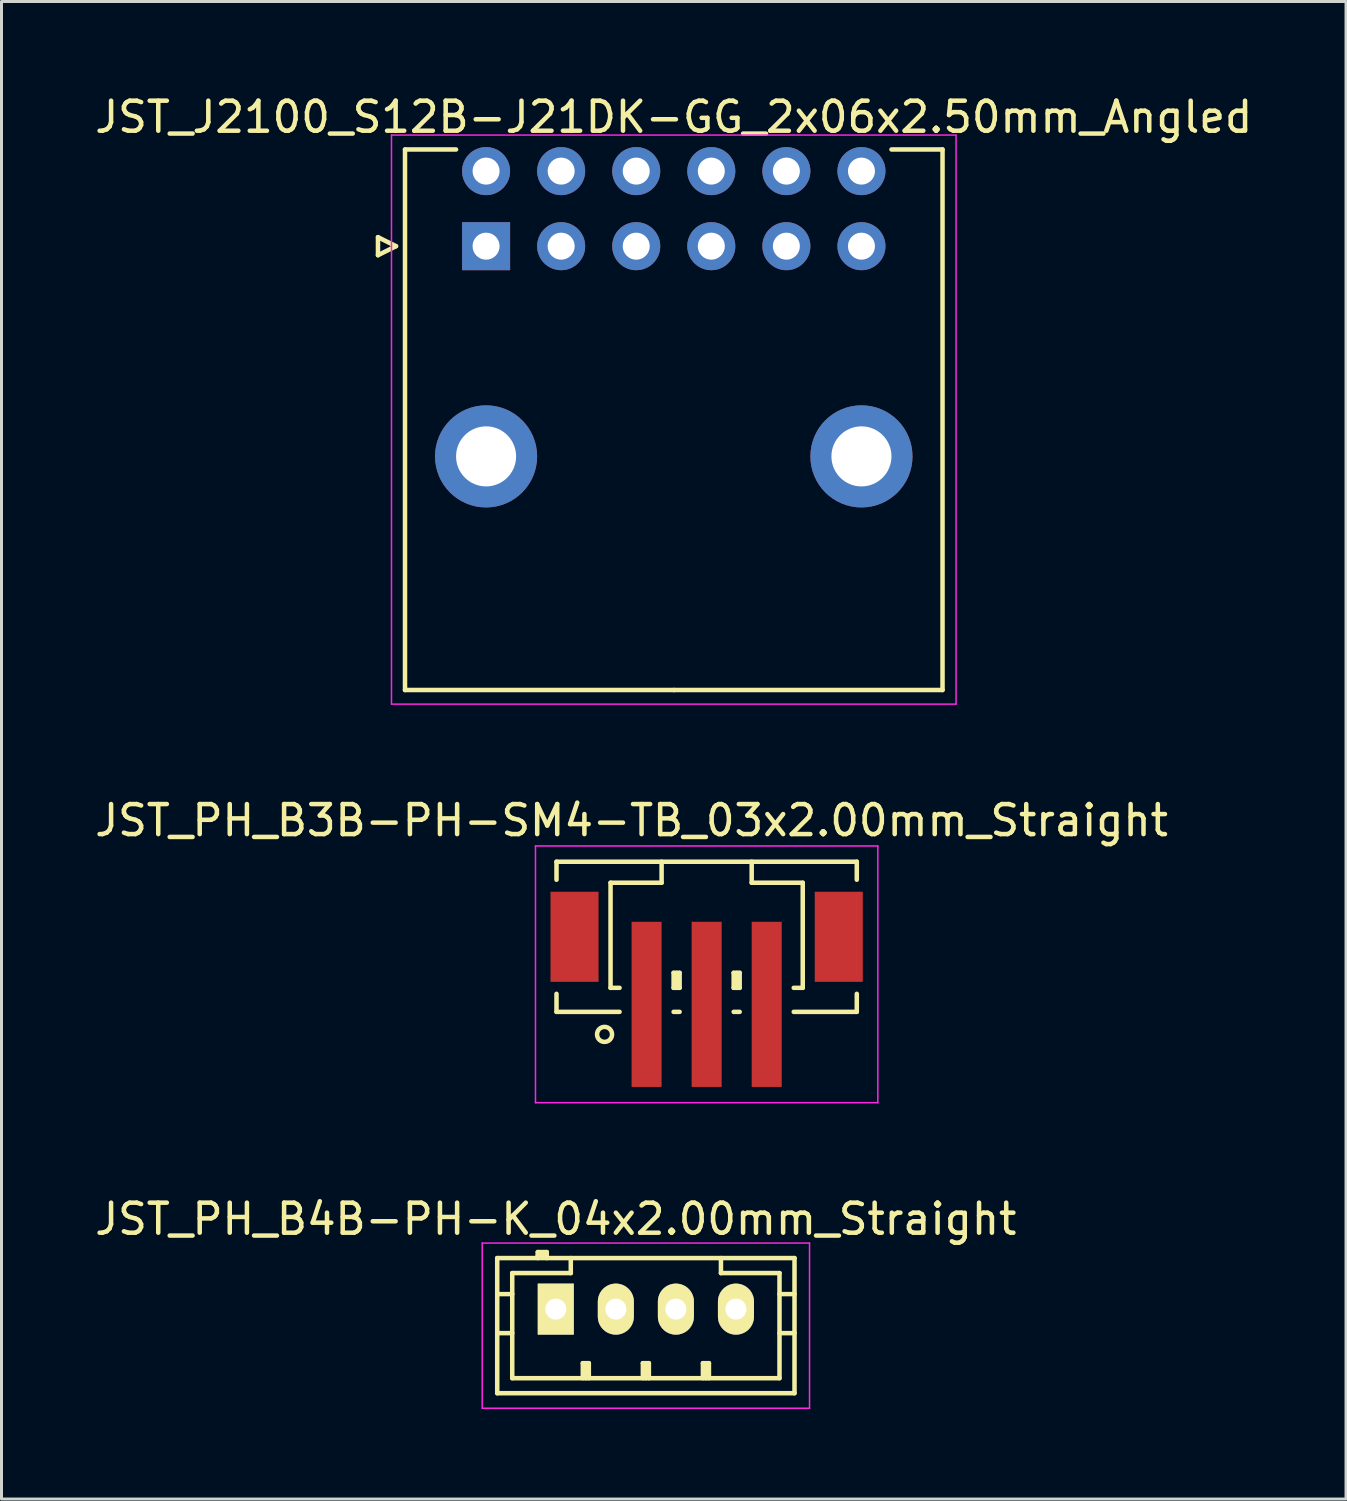
<source format=kicad_pcb>
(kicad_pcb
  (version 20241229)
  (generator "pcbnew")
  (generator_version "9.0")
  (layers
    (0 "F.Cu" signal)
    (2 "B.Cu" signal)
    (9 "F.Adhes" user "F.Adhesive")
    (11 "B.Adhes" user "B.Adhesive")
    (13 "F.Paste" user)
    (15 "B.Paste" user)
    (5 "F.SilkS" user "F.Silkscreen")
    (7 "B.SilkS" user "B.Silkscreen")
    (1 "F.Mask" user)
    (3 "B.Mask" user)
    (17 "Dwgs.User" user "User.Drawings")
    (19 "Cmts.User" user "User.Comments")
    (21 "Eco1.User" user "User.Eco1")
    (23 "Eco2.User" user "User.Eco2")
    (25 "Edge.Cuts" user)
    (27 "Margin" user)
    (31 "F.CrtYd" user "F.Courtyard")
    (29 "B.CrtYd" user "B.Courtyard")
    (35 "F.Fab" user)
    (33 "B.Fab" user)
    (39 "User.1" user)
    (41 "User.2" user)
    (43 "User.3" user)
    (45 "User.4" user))
  (footprint "JST_J2100_S12B-J21DK-GG_2x06x2.50mm_Angled"
    (layer "F.Cu")
    (at 13.137 5.148)
    (property "Reference" "JST_J2100_S12B-J21DK-GG_2x06x2.50mm_Angled" (at 6.25 -4.3 0) (layer "F.SilkS") (effects (font (size 1 1) (thickness 0.15))))
    (attr through_hole)
    (fp_line (start -3.6 -0.3) (end -3 0) (stroke (width 0.15) (type solid)) (layer "F.SilkS"))
    (fp_line (start -3.6 0.3) (end -3.6 -0.3) (stroke (width 0.15) (type solid)) (layer "F.SilkS"))
    (fp_line (start -3 0) (end -3.6 0.3) (stroke (width 0.15) (type solid)) (layer "F.SilkS"))
    (fp_line (start -2.7 -3.22) (end -2.7 14.78) (stroke (width 0.15) (type solid)) (layer "F.SilkS"))
    (fp_line (start -2.7 14.78) (end 6.25 14.78) (stroke (width 0.15) (type solid)) (layer "F.SilkS"))
    (fp_line (start -1 -3.22) (end -2.7 -3.22) (stroke (width 0.15) (type solid)) (layer "F.SilkS"))
    (fp_line (start 13.5 -3.22) (end 15.2 -3.22) (stroke (width 0.15) (type solid)) (layer "F.SilkS"))
    (fp_line (start 15.2 -3.22) (end 15.2 14.78) (stroke (width 0.15) (type solid)) (layer "F.SilkS"))
    (fp_line (start 15.2 14.78) (end 6.25 14.78) (stroke (width 0.15) (type solid)) (layer "F.SilkS"))
    (fp_line (start -3.15 -3.7) (end -3.15 15.25) (stroke (width 0.05) (type solid)) (layer "F.CrtYd"))
    (fp_line (start -3.15 15.25) (end 15.65 15.25) (stroke (width 0.05) (type solid)) (layer "F.CrtYd"))
    (fp_line (start 15.65 -3.7) (end -3.15 -3.7) (stroke (width 0.05) (type solid)) (layer "F.CrtYd"))
    (fp_line (start 15.65 15.25) (end 15.65 -3.7) (stroke (width 0.05) (type solid)) (layer "F.CrtYd"))
    (pad "" thru_hole circle (at 0 7) (size 3.4 3.4) (drill 2) (layers "*.Cu" "*.Mask"))
    (pad "" thru_hole circle (at 12.5 7) (size 3.4 3.4) (drill 2) (layers "*.Cu" "*.Mask"))
    (pad "1" thru_hole rect (at 0 0) (size 1.6 1.6) (drill 0.9) (layers "*.Cu" "*.Mask"))
    (pad "2" thru_hole circle (at 0 -2.5) (size 1.6 1.6) (drill 0.9) (layers "*.Cu" "*.Mask"))
    (pad "3" thru_hole circle (at 2.5 0) (size 1.6 1.6) (drill 0.9) (layers "*.Cu" "*.Mask"))
    (pad "4" thru_hole circle (at 2.5 -2.5) (size 1.6 1.6) (drill 0.9) (layers "*.Cu" "*.Mask"))
    (pad "5" thru_hole circle (at 5 0) (size 1.6 1.6) (drill 0.9) (layers "*.Cu" "*.Mask"))
    (pad "6" thru_hole circle (at 5 -2.5) (size 1.6 1.6) (drill 0.9) (layers "*.Cu" "*.Mask"))
    (pad "7" thru_hole circle (at 7.5 0) (size 1.6 1.6) (drill 0.9) (layers "*.Cu" "*.Mask"))
    (pad "8" thru_hole circle (at 7.5 -2.5) (size 1.6 1.6) (drill 0.9) (layers "*.Cu" "*.Mask"))
    (pad "9" thru_hole circle (at 10 0) (size 1.6 1.6) (drill 0.9) (layers "*.Cu" "*.Mask"))
    (pad "10" thru_hole circle (at 10 -2.5) (size 1.6 1.6) (drill 0.9) (layers "*.Cu" "*.Mask"))
    (pad "11" thru_hole circle (at 12.5 0) (size 1.6 1.6) (drill 0.9) (layers "*.Cu" "*.Mask"))
    (pad "12" thru_hole circle (at 12.5 -2.5) (size 1.6 1.6) (drill 0.9) (layers "*.Cu" "*.Mask")))
  (footprint "JST_PH_B4B-PH-K_04x2.00mm_Straight"
    (layer "F.Cu")
    (at 15.458 40.545)
    (property "Reference" "JST_PH_B4B-PH-K_04x2.00mm_Straight" (at 0 -3 0) (layer "F.SilkS") (effects (font (size 1 1) (thickness 0.15))))
    (attr through_hole)
    (fp_line (start -1.95 -1.7) (end 7.95 -1.7) (stroke (width 0.15) (type solid)) (layer "F.SilkS"))
    (fp_line (start -1.95 -0.5) (end -1.45 -0.5) (stroke (width 0.15) (type solid)) (layer "F.SilkS"))
    (fp_line (start -1.95 0.8) (end -1.45 0.8) (stroke (width 0.15) (type solid)) (layer "F.SilkS"))
    (fp_line (start -1.95 2.8) (end -1.95 -1.7) (stroke (width 0.15) (type solid)) (layer "F.SilkS"))
    (fp_line (start -1.45 -1.2) (end -1.45 2.3) (stroke (width 0.15) (type solid)) (layer "F.SilkS"))
    (fp_line (start -1.45 2.3) (end 7.45 2.3) (stroke (width 0.15) (type solid)) (layer "F.SilkS"))
    (fp_line (start -0.6 -1.9) (end -0.6 -1.7) (stroke (width 0.15) (type solid)) (layer "F.SilkS"))
    (fp_line (start -0.3 -1.9) (end -0.6 -1.9) (stroke (width 0.15) (type solid)) (layer "F.SilkS"))
    (fp_line (start -0.3 -1.8) (end -0.6 -1.8) (stroke (width 0.15) (type solid)) (layer "F.SilkS"))
    (fp_line (start -0.3 -1.7) (end -0.3 -1.9) (stroke (width 0.15) (type solid)) (layer "F.SilkS"))
    (fp_line (start 0.5 -1.7) (end 0.5 -1.2) (stroke (width 0.15) (type solid)) (layer "F.SilkS"))
    (fp_line (start 0.5 -1.2) (end -1.45 -1.2) (stroke (width 0.15) (type solid)) (layer "F.SilkS"))
    (fp_line (start 0.9 1.8) (end 1.1 1.8) (stroke (width 0.15) (type solid)) (layer "F.SilkS"))
    (fp_line (start 0.9 2.3) (end 0.9 1.8) (stroke (width 0.15) (type solid)) (layer "F.SilkS"))
    (fp_line (start 1 2.3) (end 1 1.8) (stroke (width 0.15) (type solid)) (layer "F.SilkS"))
    (fp_line (start 1.1 1.8) (end 1.1 2.3) (stroke (width 0.15) (type solid)) (layer "F.SilkS"))
    (fp_line (start 2.9 1.8) (end 3.1 1.8) (stroke (width 0.15) (type solid)) (layer "F.SilkS"))
    (fp_line (start 2.9 2.3) (end 2.9 1.8) (stroke (width 0.15) (type solid)) (layer "F.SilkS"))
    (fp_line (start 3 2.3) (end 3 1.8) (stroke (width 0.15) (type solid)) (layer "F.SilkS"))
    (fp_line (start 3.1 1.8) (end 3.1 2.3) (stroke (width 0.15) (type solid)) (layer "F.SilkS"))
    (fp_line (start 4.9 1.8) (end 5.1 1.8) (stroke (width 0.15) (type solid)) (layer "F.SilkS"))
    (fp_line (start 4.9 2.3) (end 4.9 1.8) (stroke (width 0.15) (type solid)) (layer "F.SilkS"))
    (fp_line (start 5 2.3) (end 5 1.8) (stroke (width 0.15) (type solid)) (layer "F.SilkS"))
    (fp_line (start 5.1 1.8) (end 5.1 2.3) (stroke (width 0.15) (type solid)) (layer "F.SilkS"))
    (fp_line (start 5.5 -1.2) (end 5.5 -1.7) (stroke (width 0.15) (type solid)) (layer "F.SilkS"))
    (fp_line (start 7.45 -1.2) (end 5.5 -1.2) (stroke (width 0.15) (type solid)) (layer "F.SilkS"))
    (fp_line (start 7.45 -0.5) (end 7.95 -0.5) (stroke (width 0.15) (type solid)) (layer "F.SilkS"))
    (fp_line (start 7.45 0.8) (end 7.95 0.8) (stroke (width 0.15) (type solid)) (layer "F.SilkS"))
    (fp_line (start 7.45 2.3) (end 7.45 -1.2) (stroke (width 0.15) (type solid)) (layer "F.SilkS"))
    (fp_line (start 7.95 -1.7) (end 7.95 2.8) (stroke (width 0.15) (type solid)) (layer "F.SilkS"))
    (fp_line (start 7.95 2.8) (end -1.95 2.8) (stroke (width 0.15) (type solid)) (layer "F.SilkS"))
    (fp_line (start -2.45 -2.2) (end 8.45 -2.2) (stroke (width 0.05) (type solid)) (layer "F.CrtYd"))
    (fp_line (start -2.45 3.3) (end -2.45 -2.2) (stroke (width 0.05) (type solid)) (layer "F.CrtYd"))
    (fp_line (start 8.45 -2.2) (end 8.45 3.3) (stroke (width 0.05) (type solid)) (layer "F.CrtYd"))
    (fp_line (start 8.45 3.3) (end -2.45 3.3) (stroke (width 0.05) (type solid)) (layer "F.CrtYd"))
    (pad "1" thru_hole rect (at 0 0) (size 1.2 1.7) (drill 0.7) (layers "*.Cu" "*.Mask" "F.SilkS"))
    (pad "2" thru_hole oval (at 2 0) (size 1.2 1.7) (drill 0.7) (layers "*.Cu" "*.Mask" "F.SilkS"))
    (pad "3" thru_hole oval (at 4 0) (size 1.2 1.7) (drill 0.7) (layers "*.Cu" "*.Mask" "F.SilkS"))
    (pad "4" thru_hole oval (at 6 0) (size 1.2 1.7) (drill 0.7) (layers "*.Cu" "*.Mask" "F.SilkS")))
  (footprint "JST_PH_B3B-PH-SM4-TB_03x2.00mm_Straight"
    (layer "F.Cu")
    (at 20.482 29.271)
    (property "Reference" "JST_PH_B3B-PH-SM4-TB_03x2.00mm_Straight" (at -2.5 -5 0) (layer "F.SilkS") (effects (font (size 1 1) (thickness 0.15))))
    (attr smd)
    (fp_line (start -5 -3.625) (end 5 -3.625) (stroke (width 0.15) (type solid)) (layer "F.SilkS"))
    (fp_line (start -5 -3.025) (end -5 -3.625) (stroke (width 0.15) (type solid)) (layer "F.SilkS"))
    (fp_line (start -5 0.775) (end -5 1.375) (stroke (width 0.15) (type solid)) (layer "F.SilkS"))
    (fp_line (start -5 1.375) (end -2.9 1.375) (stroke (width 0.15) (type solid)) (layer "F.SilkS"))
    (fp_line (start -3.2 -2.925) (end -3.2 0.575) (stroke (width 0.15) (type solid)) (layer "F.SilkS"))
    (fp_line (start -3.2 0.575) (end -2.9 0.575) (stroke (width 0.15) (type solid)) (layer "F.SilkS"))
    (fp_line (start -1.5 -3.625) (end -1.5 -2.925) (stroke (width 0.15) (type solid)) (layer "F.SilkS"))
    (fp_line (start -1.5 -2.925) (end -3.2 -2.925) (stroke (width 0.15) (type solid)) (layer "F.SilkS"))
    (fp_line (start -1.1 0.075) (end -0.9 0.075) (stroke (width 0.15) (type solid)) (layer "F.SilkS"))
    (fp_line (start -1.1 0.575) (end -1.1 0.075) (stroke (width 0.15) (type solid)) (layer "F.SilkS"))
    (fp_line (start -1.1 0.575) (end -0.9 0.575) (stroke (width 0.15) (type solid)) (layer "F.SilkS"))
    (fp_line (start -1.1 1.375) (end -0.9 1.375) (stroke (width 0.15) (type solid)) (layer "F.SilkS"))
    (fp_line (start -1 0.575) (end -1 0.075) (stroke (width 0.15) (type solid)) (layer "F.SilkS"))
    (fp_line (start -0.9 0.075) (end -0.9 0.575) (stroke (width 0.15) (type solid)) (layer "F.SilkS"))
    (fp_line (start 0.9 0.075) (end 1.1 0.075) (stroke (width 0.15) (type solid)) (layer "F.SilkS"))
    (fp_line (start 0.9 0.575) (end 0.9 0.075) (stroke (width 0.15) (type solid)) (layer "F.SilkS"))
    (fp_line (start 0.9 0.575) (end 1.1 0.575) (stroke (width 0.15) (type solid)) (layer "F.SilkS"))
    (fp_line (start 0.9 1.375) (end 1.1 1.375) (stroke (width 0.15) (type solid)) (layer "F.SilkS"))
    (fp_line (start 1 0.575) (end 1 0.075) (stroke (width 0.15) (type solid)) (layer "F.SilkS"))
    (fp_line (start 1.1 0.075) (end 1.1 0.575) (stroke (width 0.15) (type solid)) (layer "F.SilkS"))
    (fp_line (start 1.5 -3.625) (end 1.5 -2.925) (stroke (width 0.15) (type solid)) (layer "F.SilkS"))
    (fp_line (start 1.5 -2.925) (end 3.2 -2.925) (stroke (width 0.15) (type solid)) (layer "F.SilkS"))
    (fp_line (start 3.2 -2.925) (end 3.2 0.575) (stroke (width 0.15) (type solid)) (layer "F.SilkS"))
    (fp_line (start 3.2 0.575) (end 2.9 0.575) (stroke (width 0.15) (type solid)) (layer "F.SilkS"))
    (fp_line (start 5 -3.625) (end 5 -3.025) (stroke (width 0.15) (type solid)) (layer "F.SilkS"))
    (fp_line (start 5 0.775) (end 5 1.375) (stroke (width 0.15) (type solid)) (layer "F.SilkS"))
    (fp_line (start 5 1.375) (end 2.9 1.375) (stroke (width 0.15) (type solid)) (layer "F.SilkS"))
    (fp_circle (center -3.4 2.125) (end -3.15 2.125) (stroke (width 0.15) (type solid)) (fill no) (layer "F.SilkS"))
    (fp_line (start -5.7 -4.15) (end 5.7 -4.15) (stroke (width 0.05) (type solid)) (layer "F.CrtYd"))
    (fp_line (start -5.7 4.4) (end -5.7 -4.15) (stroke (width 0.05) (type solid)) (layer "F.CrtYd"))
    (fp_line (start 5.7 -4.15) (end 5.7 4.4) (stroke (width 0.05) (type solid)) (layer "F.CrtYd"))
    (fp_line (start 5.7 4.4) (end -5.7 4.4) (stroke (width 0.05) (type solid)) (layer "F.CrtYd"))
    (pad "" smd rect (at -4.4 -1.125) (size 1.6 3) (layers "F.Cu" "F.Mask" "F.Paste"))
    (pad "" smd rect (at 4.4 -1.125) (size 1.6 3) (layers "F.Cu" "F.Mask" "F.Paste"))
    (pad "1" smd rect (at -2 1.125) (size 1 5.5) (layers "F.Cu" "F.Mask" "F.Paste"))
    (pad "2" smd rect (at 0 1.125) (size 1 5.5) (layers "F.Cu" "F.Mask" "F.Paste"))
    (pad "3" smd rect (at 2 1.125) (size 1 5.5) (layers "F.Cu" "F.Mask" "F.Paste")))
  (gr_rect
    (start -3 -3)
    (end 41.774 46.87)
    (stroke (width 0.1) (type default))
    (fill no)
    (layer "Edge.Cuts")))
</source>
